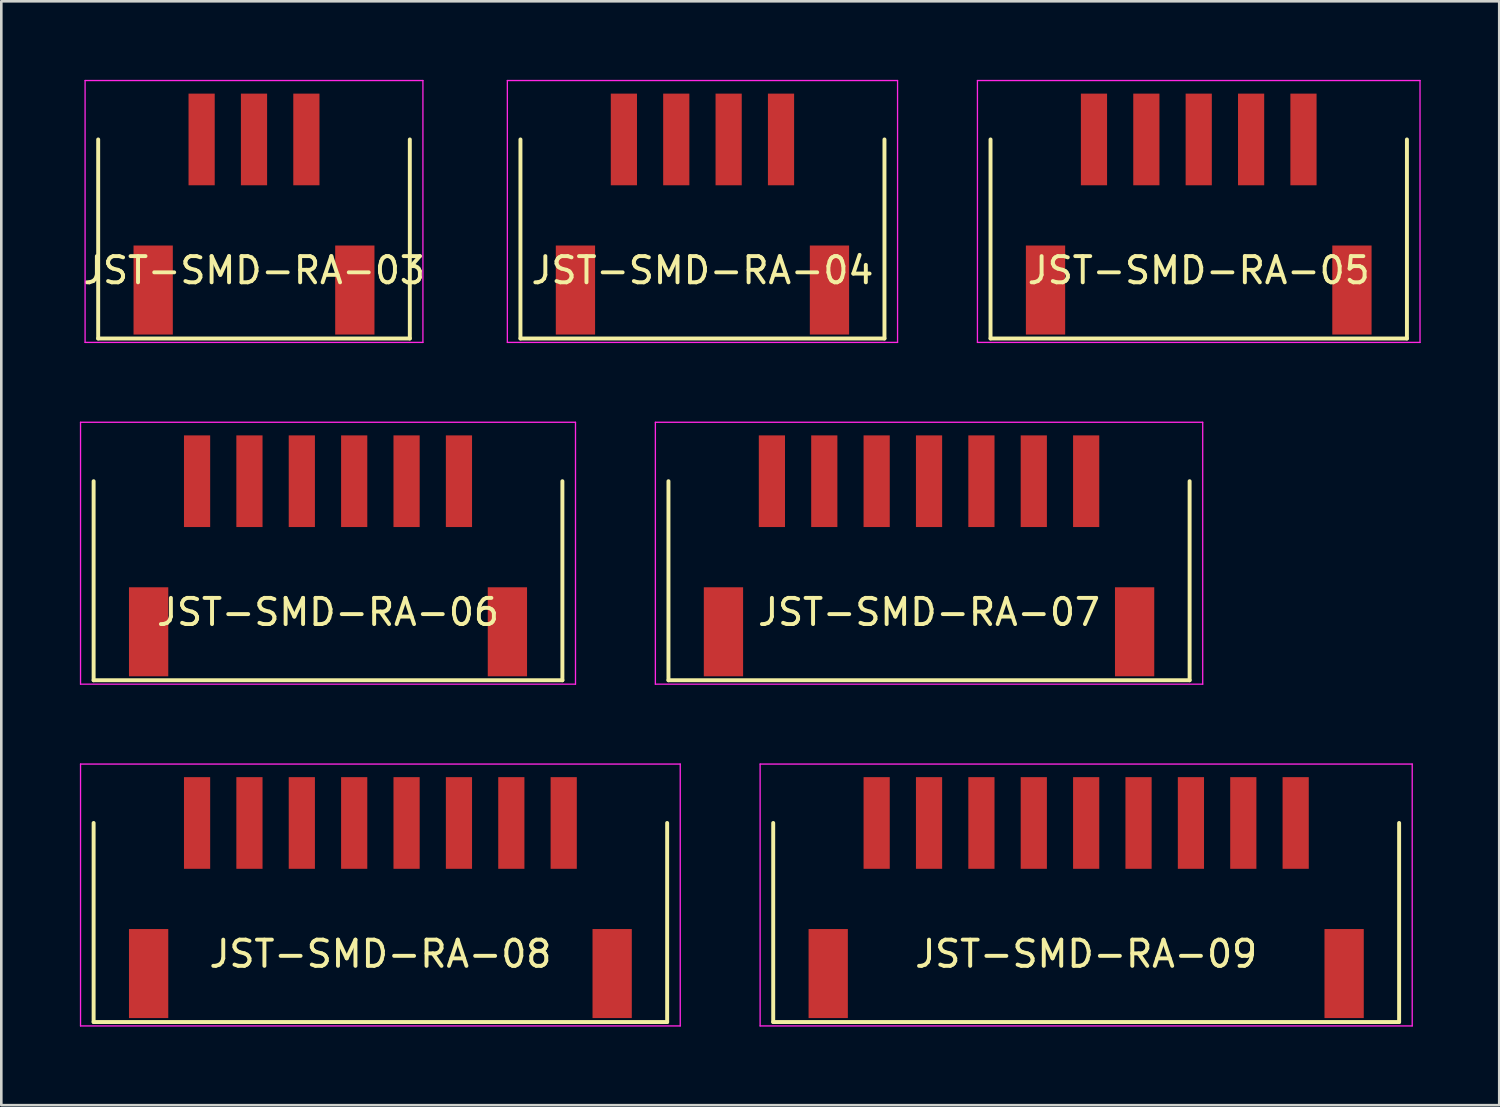
<source format=kicad_pcb>
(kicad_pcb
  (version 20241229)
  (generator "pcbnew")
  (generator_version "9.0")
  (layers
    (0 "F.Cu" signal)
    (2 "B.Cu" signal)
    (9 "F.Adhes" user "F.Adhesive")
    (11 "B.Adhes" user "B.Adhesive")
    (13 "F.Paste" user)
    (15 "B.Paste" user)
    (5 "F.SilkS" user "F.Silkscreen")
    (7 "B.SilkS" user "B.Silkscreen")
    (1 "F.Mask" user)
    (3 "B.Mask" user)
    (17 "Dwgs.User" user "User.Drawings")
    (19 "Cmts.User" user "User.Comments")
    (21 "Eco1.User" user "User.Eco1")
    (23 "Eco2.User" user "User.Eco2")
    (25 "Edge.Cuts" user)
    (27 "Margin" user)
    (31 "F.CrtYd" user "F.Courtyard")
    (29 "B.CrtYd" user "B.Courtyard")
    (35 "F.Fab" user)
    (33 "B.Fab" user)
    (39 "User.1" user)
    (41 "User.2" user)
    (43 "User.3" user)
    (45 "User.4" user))
  (footprint "JST-SMD-RA-03"
    (layer "F.Cu")
    (at 6.649 2.275)
    (property "Reference" "JST-SMD-RA-03" (at 0 5 0) (layer "F.SilkS") (effects (font (size 1 1) (thickness 0.15))))
    (attr through_hole)
    (fp_line (start -5.95 0) (end -5.95 7.6) (stroke (width 0.15) (type solid)) (layer "F.SilkS"))
    (fp_line (start -5.95 7.6) (end 5.95 7.6) (stroke (width 0.15) (type solid)) (layer "F.SilkS"))
    (fp_line (start 5.95 7.6) (end 5.95 0) (stroke (width 0.15) (type solid)) (layer "F.SilkS"))
    (fp_line (start -6.45 -2.25) (end 6.45 -2.25) (stroke (width 0.05) (type solid)) (layer "F.CrtYd"))
    (fp_line (start -6.45 7.75) (end -6.45 -2.25) (stroke (width 0.05) (type solid)) (layer "F.CrtYd"))
    (fp_line (start 6.45 -2.25) (end 6.45 7.75) (stroke (width 0.05) (type solid)) (layer "F.CrtYd"))
    (fp_line (start 6.45 7.75) (end -6.45 7.75) (stroke (width 0.05) (type solid)) (layer "F.CrtYd"))
    (pad "0" smd rect (at -3.85 5.75) (size 1.5 3.4) (layers "F.Cu" "F.Mask" "F.Paste"))
    (pad "0" smd rect (at 3.85 5.75) (size 1.5 3.4) (layers "F.Cu" "F.Mask" "F.Paste"))
    (pad "1" smd rect (at -2 0) (size 1 3.5) (layers "F.Cu" "F.Mask" "F.Paste"))
    (pad "2" smd rect (at 0 0) (size 1 3.5) (layers "F.Cu" "F.Mask" "F.Paste"))
    (pad "3" smd rect (at 2 0) (size 1 3.5) (layers "F.Cu" "F.Mask" "F.Paste")))
  (footprint "JST-SMD-RA-06"
    (layer "F.Cu")
    (at 9.475 15.325)
    (property "Reference" "JST-SMD-RA-06" (at 0 5 0) (layer "F.SilkS") (effects (font (size 1 1) (thickness 0.15))))
    (attr through_hole)
    (fp_line (start -8.95 0) (end -8.95 7.6) (stroke (width 0.15) (type solid)) (layer "F.SilkS"))
    (fp_line (start -8.95 7.6) (end 8.95 7.6) (stroke (width 0.15) (type solid)) (layer "F.SilkS"))
    (fp_line (start 8.95 7.6) (end 8.95 0) (stroke (width 0.15) (type solid)) (layer "F.SilkS"))
    (fp_line (start -9.45 -2.25) (end 9.45 -2.25) (stroke (width 0.05) (type solid)) (layer "F.CrtYd"))
    (fp_line (start -9.45 7.75) (end -9.45 -2.25) (stroke (width 0.05) (type solid)) (layer "F.CrtYd"))
    (fp_line (start 9.45 -2.25) (end 9.45 7.75) (stroke (width 0.05) (type solid)) (layer "F.CrtYd"))
    (fp_line (start 9.45 7.75) (end -9.45 7.75) (stroke (width 0.05) (type solid)) (layer "F.CrtYd"))
    (pad "0" smd rect (at -6.85 5.75) (size 1.5 3.4) (layers "F.Cu" "F.Mask" "F.Paste"))
    (pad "0" smd rect (at 6.85 5.75) (size 1.5 3.4) (layers "F.Cu" "F.Mask" "F.Paste"))
    (pad "1" smd rect (at -5 0) (size 1 3.5) (layers "F.Cu" "F.Mask" "F.Paste"))
    (pad "2" smd rect (at -3 0) (size 1 3.5) (layers "F.Cu" "F.Mask" "F.Paste"))
    (pad "3" smd rect (at -1 0) (size 1 3.5) (layers "F.Cu" "F.Mask" "F.Paste"))
    (pad "4" smd rect (at 1 0) (size 1 3.5) (layers "F.Cu" "F.Mask" "F.Paste"))
    (pad "5" smd rect (at 3 0) (size 1 3.5) (layers "F.Cu" "F.Mask" "F.Paste"))
    (pad "6" smd rect (at 5 0) (size 1 3.5) (layers "F.Cu" "F.Mask" "F.Paste")))
  (footprint "JST-SMD-RA-04"
    (layer "F.Cu")
    (at 23.773 2.275)
    (property "Reference" "JST-SMD-RA-04" (at 0 5 0) (layer "F.SilkS") (effects (font (size 1 1) (thickness 0.15))))
    (attr through_hole)
    (fp_line (start -6.95 0) (end -6.95 7.6) (stroke (width 0.15) (type solid)) (layer "F.SilkS"))
    (fp_line (start -6.95 7.6) (end 6.95 7.6) (stroke (width 0.15) (type solid)) (layer "F.SilkS"))
    (fp_line (start 6.95 7.6) (end 6.95 0) (stroke (width 0.15) (type solid)) (layer "F.SilkS"))
    (fp_line (start -7.45 -2.25) (end 7.45 -2.25) (stroke (width 0.05) (type solid)) (layer "F.CrtYd"))
    (fp_line (start -7.45 7.75) (end -7.45 -2.25) (stroke (width 0.05) (type solid)) (layer "F.CrtYd"))
    (fp_line (start 7.45 -2.25) (end 7.45 7.75) (stroke (width 0.05) (type solid)) (layer "F.CrtYd"))
    (fp_line (start 7.45 7.75) (end -7.45 7.75) (stroke (width 0.05) (type solid)) (layer "F.CrtYd"))
    (pad "0" smd rect (at -4.85 5.75) (size 1.5 3.4) (layers "F.Cu" "F.Mask" "F.Paste"))
    (pad "0" smd rect (at 4.85 5.75) (size 1.5 3.4) (layers "F.Cu" "F.Mask" "F.Paste"))
    (pad "1" smd rect (at -3 0) (size 1 3.5) (layers "F.Cu" "F.Mask" "F.Paste"))
    (pad "2" smd rect (at -1 0) (size 1 3.5) (layers "F.Cu" "F.Mask" "F.Paste"))
    (pad "3" smd rect (at 1 0) (size 1 3.5) (layers "F.Cu" "F.Mask" "F.Paste"))
    (pad "4" smd rect (at 3 0) (size 1 3.5) (layers "F.Cu" "F.Mask" "F.Paste")))
  (footprint "JST-SMD-RA-09"
    (layer "F.Cu")
    (at 38.425 28.375)
    (property "Reference" "JST-SMD-RA-09" (at 0 5 0) (layer "F.SilkS") (effects (font (size 1 1) (thickness 0.15))))
    (attr through_hole)
    (fp_line (start -11.95 0) (end -11.95 7.6) (stroke (width 0.15) (type solid)) (layer "F.SilkS"))
    (fp_line (start -11.95 7.6) (end 11.95 7.6) (stroke (width 0.15) (type solid)) (layer "F.SilkS"))
    (fp_line (start 11.95 7.6) (end 11.95 0) (stroke (width 0.15) (type solid)) (layer "F.SilkS"))
    (fp_line (start -12.45 -2.25) (end 12.45 -2.25) (stroke (width 0.05) (type solid)) (layer "F.CrtYd"))
    (fp_line (start -12.45 7.75) (end -12.45 -2.25) (stroke (width 0.05) (type solid)) (layer "F.CrtYd"))
    (fp_line (start 12.45 -2.25) (end 12.45 7.75) (stroke (width 0.05) (type solid)) (layer "F.CrtYd"))
    (fp_line (start 12.45 7.75) (end -12.45 7.75) (stroke (width 0.05) (type solid)) (layer "F.CrtYd"))
    (pad "0" smd rect (at -9.85 5.75) (size 1.5 3.4) (layers "F.Cu" "F.Mask" "F.Paste"))
    (pad "0" smd rect (at 9.85 5.75) (size 1.5 3.4) (layers "F.Cu" "F.Mask" "F.Paste"))
    (pad "1" smd rect (at -8 0) (size 1 3.5) (layers "F.Cu" "F.Mask" "F.Paste"))
    (pad "2" smd rect (at -6 0) (size 1 3.5) (layers "F.Cu" "F.Mask" "F.Paste"))
    (pad "3" smd rect (at -4 0) (size 1 3.5) (layers "F.Cu" "F.Mask" "F.Paste"))
    (pad "4" smd rect (at -2 0) (size 1 3.5) (layers "F.Cu" "F.Mask" "F.Paste"))
    (pad "5" smd rect (at 0 0) (size 1 3.5) (layers "F.Cu" "F.Mask" "F.Paste"))
    (pad "6" smd rect (at 2 0) (size 1 3.5) (layers "F.Cu" "F.Mask" "F.Paste"))
    (pad "7" smd rect (at 4 0) (size 1 3.5) (layers "F.Cu" "F.Mask" "F.Paste"))
    (pad "8" smd rect (at 6 0) (size 1 3.5) (layers "F.Cu" "F.Mask" "F.Paste"))
    (pad "9" smd rect (at 8 0) (size 1 3.5) (layers "F.Cu" "F.Mask" "F.Paste")))
  (footprint "JST-SMD-RA-08"
    (layer "F.Cu")
    (at 11.475 28.375)
    (property "Reference" "JST-SMD-RA-08" (at 0 5 0) (layer "F.SilkS") (effects (font (size 1 1) (thickness 0.15))))
    (attr through_hole)
    (fp_line (start -10.95 0) (end -10.95 7.6) (stroke (width 0.15) (type solid)) (layer "F.SilkS"))
    (fp_line (start -10.95 7.6) (end 10.95 7.6) (stroke (width 0.15) (type solid)) (layer "F.SilkS"))
    (fp_line (start 10.95 7.6) (end 10.95 0) (stroke (width 0.15) (type solid)) (layer "F.SilkS"))
    (fp_line (start -11.45 -2.25) (end 11.45 -2.25) (stroke (width 0.05) (type solid)) (layer "F.CrtYd"))
    (fp_line (start -11.45 7.75) (end -11.45 -2.25) (stroke (width 0.05) (type solid)) (layer "F.CrtYd"))
    (fp_line (start 11.45 -2.25) (end 11.45 7.75) (stroke (width 0.05) (type solid)) (layer "F.CrtYd"))
    (fp_line (start 11.45 7.75) (end -11.45 7.75) (stroke (width 0.05) (type solid)) (layer "F.CrtYd"))
    (pad "0" smd rect (at -8.85 5.75) (size 1.5 3.4) (layers "F.Cu" "F.Mask" "F.Paste"))
    (pad "0" smd rect (at 8.85 5.75) (size 1.5 3.4) (layers "F.Cu" "F.Mask" "F.Paste"))
    (pad "1" smd rect (at -7 0) (size 1 3.5) (layers "F.Cu" "F.Mask" "F.Paste"))
    (pad "2" smd rect (at -5 0) (size 1 3.5) (layers "F.Cu" "F.Mask" "F.Paste"))
    (pad "3" smd rect (at -3 0) (size 1 3.5) (layers "F.Cu" "F.Mask" "F.Paste"))
    (pad "4" smd rect (at -1 0) (size 1 3.5) (layers "F.Cu" "F.Mask" "F.Paste"))
    (pad "5" smd rect (at 1 0) (size 1 3.5) (layers "F.Cu" "F.Mask" "F.Paste"))
    (pad "6" smd rect (at 3 0) (size 1 3.5) (layers "F.Cu" "F.Mask" "F.Paste"))
    (pad "7" smd rect (at 5 0) (size 1 3.5) (layers "F.Cu" "F.Mask" "F.Paste"))
    (pad "8" smd rect (at 7 0) (size 1 3.5) (layers "F.Cu" "F.Mask" "F.Paste")))
  (footprint "JST-SMD-RA-07"
    (layer "F.Cu")
    (at 32.425 15.325)
    (property "Reference" "JST-SMD-RA-07" (at 0 5 0) (layer "F.SilkS") (effects (font (size 1 1) (thickness 0.15))))
    (attr through_hole)
    (fp_line (start -9.95 0) (end -9.95 7.6) (stroke (width 0.15) (type solid)) (layer "F.SilkS"))
    (fp_line (start -9.95 7.6) (end 9.95 7.6) (stroke (width 0.15) (type solid)) (layer "F.SilkS"))
    (fp_line (start 9.95 7.6) (end 9.95 0) (stroke (width 0.15) (type solid)) (layer "F.SilkS"))
    (fp_line (start -10.45 -2.25) (end 10.45 -2.25) (stroke (width 0.05) (type solid)) (layer "F.CrtYd"))
    (fp_line (start -10.45 7.75) (end -10.45 -2.25) (stroke (width 0.05) (type solid)) (layer "F.CrtYd"))
    (fp_line (start 10.45 -2.25) (end 10.45 7.75) (stroke (width 0.05) (type solid)) (layer "F.CrtYd"))
    (fp_line (start 10.45 7.75) (end -10.45 7.75) (stroke (width 0.05) (type solid)) (layer "F.CrtYd"))
    (pad "0" smd rect (at -7.85 5.75) (size 1.5 3.4) (layers "F.Cu" "F.Mask" "F.Paste"))
    (pad "0" smd rect (at 7.85 5.75) (size 1.5 3.4) (layers "F.Cu" "F.Mask" "F.Paste"))
    (pad "1" smd rect (at -6 0) (size 1 3.5) (layers "F.Cu" "F.Mask" "F.Paste"))
    (pad "2" smd rect (at -4 0) (size 1 3.5) (layers "F.Cu" "F.Mask" "F.Paste"))
    (pad "3" smd rect (at -2 0) (size 1 3.5) (layers "F.Cu" "F.Mask" "F.Paste"))
    (pad "4" smd rect (at 0 0) (size 1 3.5) (layers "F.Cu" "F.Mask" "F.Paste"))
    (pad "5" smd rect (at 2 0) (size 1 3.5) (layers "F.Cu" "F.Mask" "F.Paste"))
    (pad "6" smd rect (at 4 0) (size 1 3.5) (layers "F.Cu" "F.Mask" "F.Paste"))
    (pad "7" smd rect (at 6 0) (size 1 3.5) (layers "F.Cu" "F.Mask" "F.Paste")))
  (footprint "JST-SMD-RA-05"
    (layer "F.Cu")
    (at 42.723 2.275)
    (property "Reference" "JST-SMD-RA-05" (at 0 5 0) (layer "F.SilkS") (effects (font (size 1 1) (thickness 0.15))))
    (attr through_hole)
    (fp_line (start -7.95 0) (end -7.95 7.6) (stroke (width 0.15) (type solid)) (layer "F.SilkS"))
    (fp_line (start -7.95 7.6) (end 7.95 7.6) (stroke (width 0.15) (type solid)) (layer "F.SilkS"))
    (fp_line (start 7.95 7.6) (end 7.95 0) (stroke (width 0.15) (type solid)) (layer "F.SilkS"))
    (fp_line (start -8.45 -2.25) (end 8.45 -2.25) (stroke (width 0.05) (type solid)) (layer "F.CrtYd"))
    (fp_line (start -8.45 7.75) (end -8.45 -2.25) (stroke (width 0.05) (type solid)) (layer "F.CrtYd"))
    (fp_line (start 8.45 -2.25) (end 8.45 7.75) (stroke (width 0.05) (type solid)) (layer "F.CrtYd"))
    (fp_line (start 8.45 7.75) (end -8.45 7.75) (stroke (width 0.05) (type solid)) (layer "F.CrtYd"))
    (pad "0" smd rect (at -5.85 5.75) (size 1.5 3.4) (layers "F.Cu" "F.Mask" "F.Paste"))
    (pad "0" smd rect (at 5.85 5.75) (size 1.5 3.4) (layers "F.Cu" "F.Mask" "F.Paste"))
    (pad "1" smd rect (at -4 0) (size 1 3.5) (layers "F.Cu" "F.Mask" "F.Paste"))
    (pad "2" smd rect (at -2 0) (size 1 3.5) (layers "F.Cu" "F.Mask" "F.Paste"))
    (pad "3" smd rect (at 0 0) (size 1 3.5) (layers "F.Cu" "F.Mask" "F.Paste"))
    (pad "4" smd rect (at 2 0) (size 1 3.5) (layers "F.Cu" "F.Mask" "F.Paste"))
    (pad "5" smd rect (at 4 0) (size 1 3.5) (layers "F.Cu" "F.Mask" "F.Paste")))
  (gr_rect
    (start -3 -3)
    (end 54.198 39.15)
    (stroke (width 0.1) (type default))
    (fill no)
    (layer "Edge.Cuts")))
</source>
